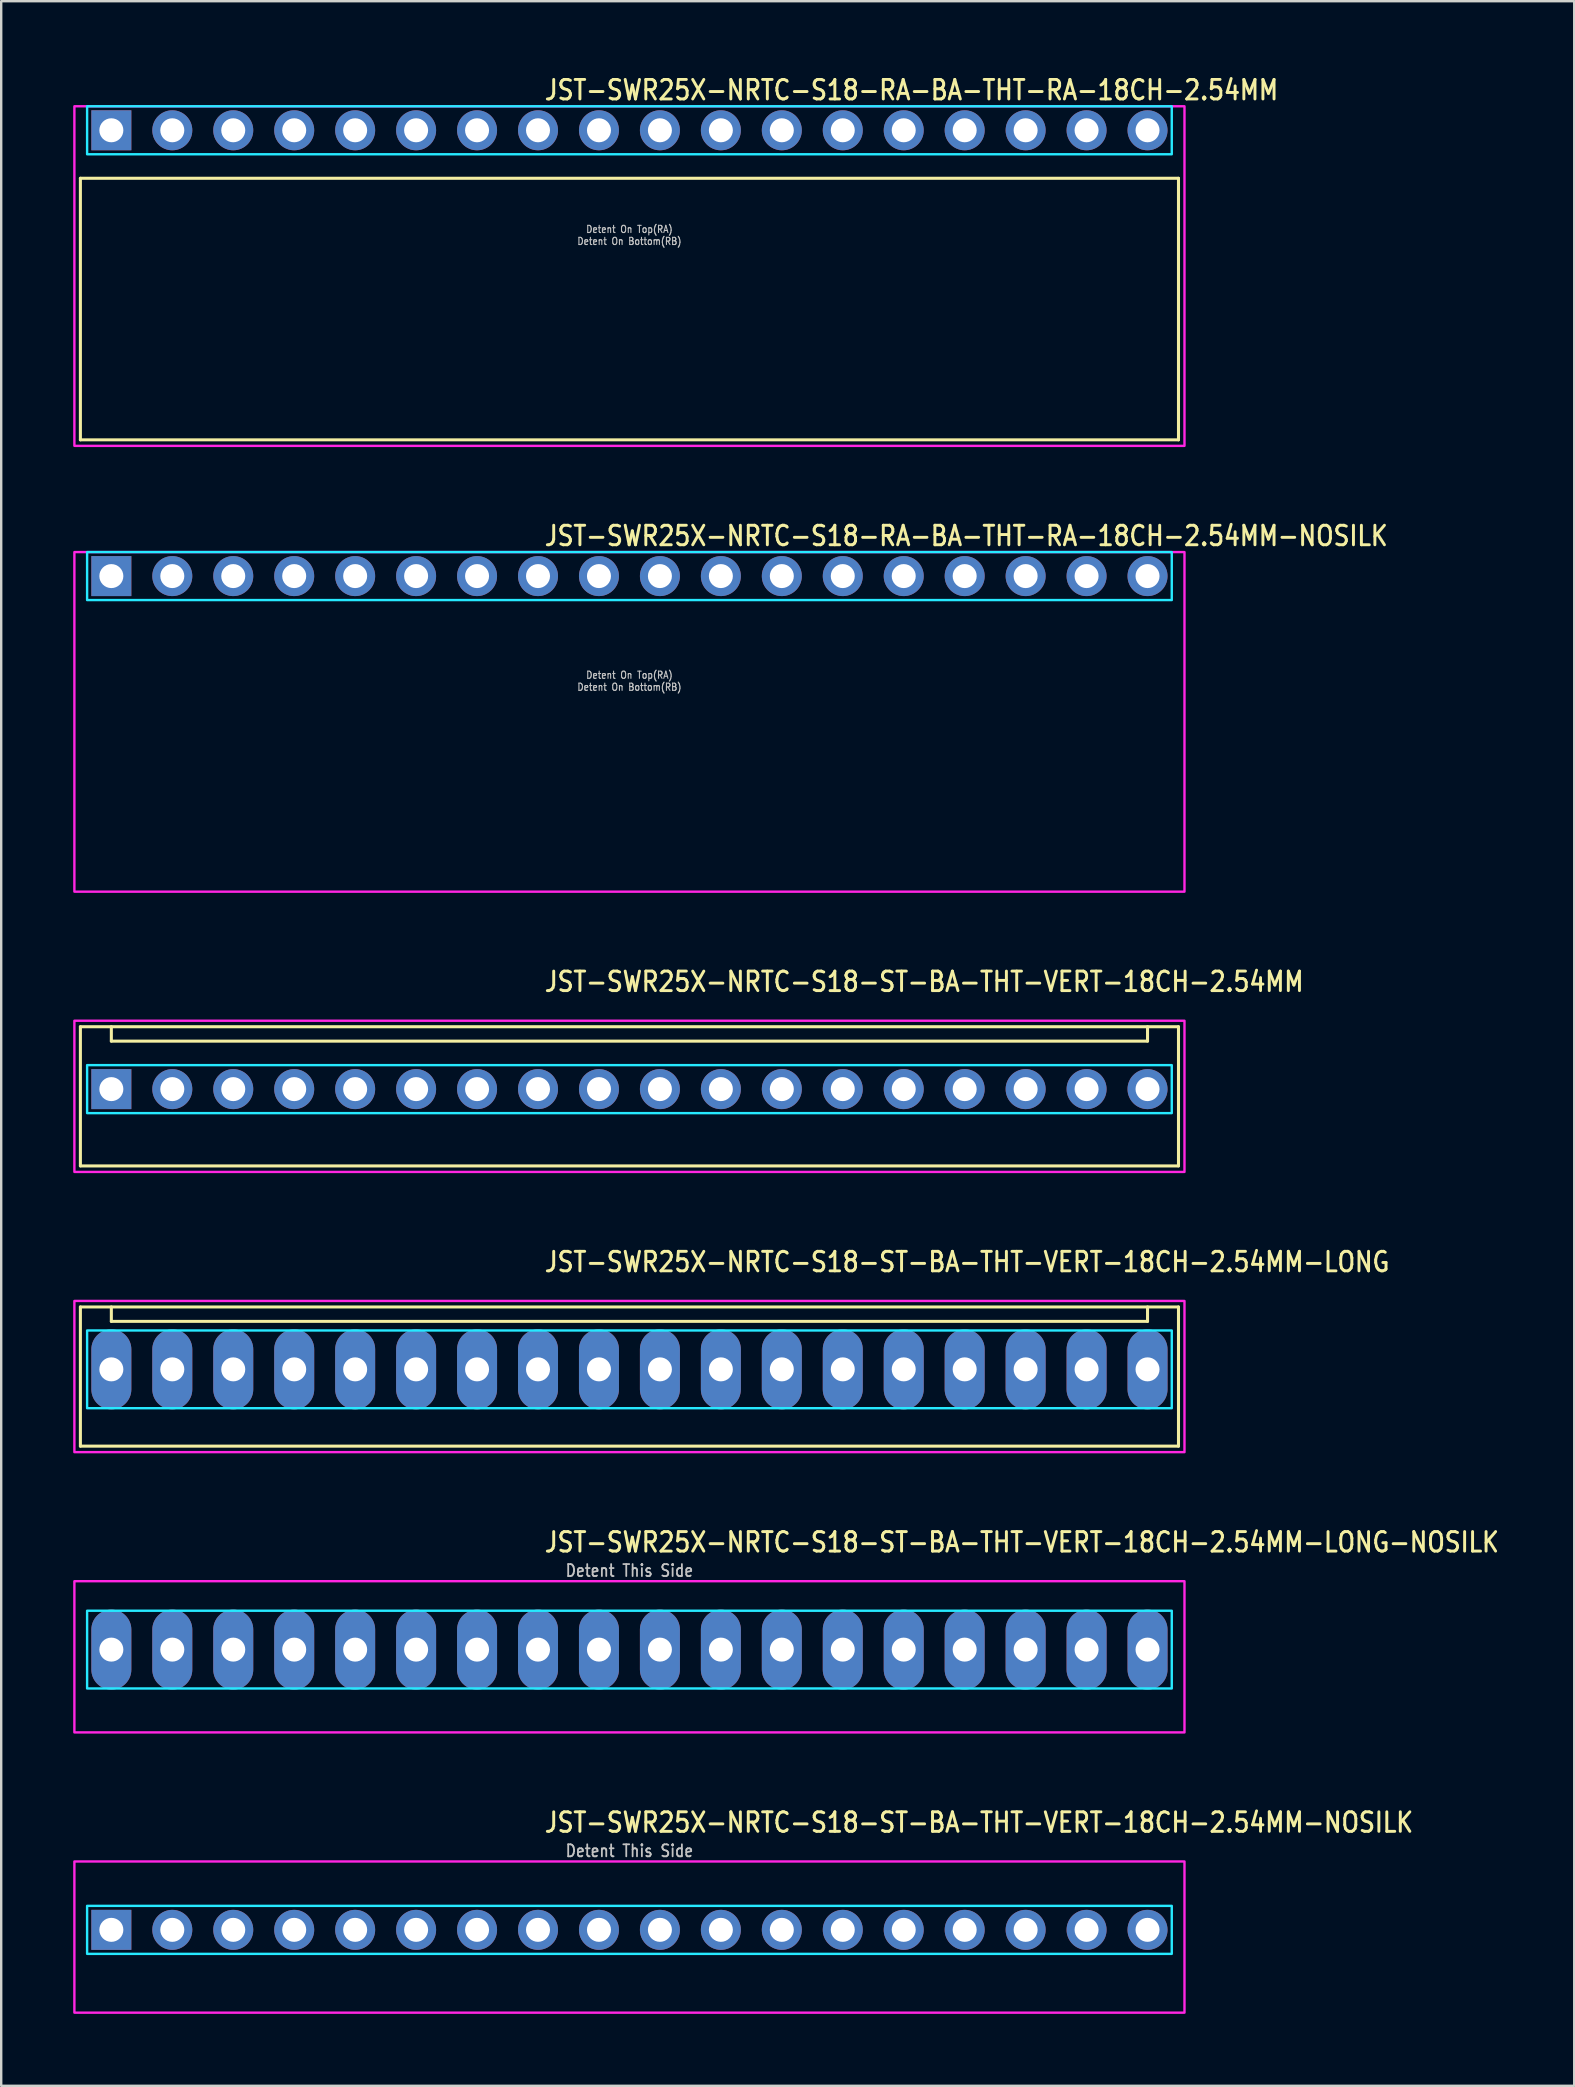
<source format=kicad_pcb>
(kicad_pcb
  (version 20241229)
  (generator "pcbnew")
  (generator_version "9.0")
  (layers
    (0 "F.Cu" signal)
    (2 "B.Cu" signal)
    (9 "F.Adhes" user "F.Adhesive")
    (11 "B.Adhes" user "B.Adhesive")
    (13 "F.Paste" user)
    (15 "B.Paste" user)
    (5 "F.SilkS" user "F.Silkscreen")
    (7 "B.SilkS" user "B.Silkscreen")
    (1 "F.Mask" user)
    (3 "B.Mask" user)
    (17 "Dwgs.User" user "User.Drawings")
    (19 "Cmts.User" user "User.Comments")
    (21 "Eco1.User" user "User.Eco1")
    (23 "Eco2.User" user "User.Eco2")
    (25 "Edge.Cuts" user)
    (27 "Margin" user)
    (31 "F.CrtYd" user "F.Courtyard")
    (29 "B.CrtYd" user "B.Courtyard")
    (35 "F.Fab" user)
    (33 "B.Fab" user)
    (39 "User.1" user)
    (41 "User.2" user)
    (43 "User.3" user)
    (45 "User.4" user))
  (footprint "JST-SWR25X-NRTC-S18-RA-BA-THT-RA-18CH-2.54MM-NOSILK"
    (layer "F.Cu")
    (at 23.18 20.957)
    (property "Reference" "JST-SWR25X-NRTC-S18-RA-BA-THT-RA-18CH-2.54MM-NOSILK" (at -3.6 -1.2 0) (unlocked yes) (layer "F.SilkS") (effects (font (size 0.813 0.695) (thickness 0.122)) (justify left bottom)))
    (fp_poly (pts (xy -22.6 -1) (xy -22.6 1) (xy 22.6 1) (xy 22.6 -1)) (stroke (width 0.1) (type solid)) (fill no) (layer "B.CrtYd"))
    (fp_poly (pts (xy -23.13 -1) (xy -23.13 13.15) (xy 23.13 13.15) (xy 23.13 -1)) (stroke (width 0.1) (type solid)) (fill no) (layer "F.CrtYd"))
    (fp_text user "Detent On Bottom(RB)" (at 0 4.8 0) (unlocked yes) (layer "Dwgs.User") (effects (font (size 0.3 0.257) (thickness 0.045)) (justify bottom)))
    (fp_text user "Detent On Top(RA)" (at 0 4.3 0) (unlocked yes) (layer "Dwgs.User") (effects (font (size 0.3 0.257) (thickness 0.045)) (justify bottom)))
    (pad "1" thru_hole rect (at -21.59 0) (size 1.667 1.667) (drill 1) (layers "*.Cu" "*.Mask"))
    (pad "2" thru_hole oval (at -19.05 0) (size 1.667 1.667) (drill 1) (layers "*.Cu" "*.Mask"))
    (pad "3" thru_hole oval (at -16.51 0) (size 1.667 1.667) (drill 1) (layers "*.Cu" "*.Mask"))
    (pad "4" thru_hole oval (at -13.97 0) (size 1.667 1.667) (drill 1) (layers "*.Cu" "*.Mask"))
    (pad "5" thru_hole oval (at -11.43 0) (size 1.667 1.667) (drill 1) (layers "*.Cu" "*.Mask"))
    (pad "6" thru_hole oval (at -8.89 0) (size 1.667 1.667) (drill 1) (layers "*.Cu" "*.Mask"))
    (pad "7" thru_hole oval (at -6.35 0) (size 1.667 1.667) (drill 1) (layers "*.Cu" "*.Mask"))
    (pad "8" thru_hole oval (at -3.81 0) (size 1.667 1.667) (drill 1) (layers "*.Cu" "*.Mask"))
    (pad "9" thru_hole oval (at -1.27 0) (size 1.667 1.667) (drill 1) (layers "*.Cu" "*.Mask"))
    (pad "10" thru_hole oval (at 1.27 0) (size 1.667 1.667) (drill 1) (layers "*.Cu" "*.Mask"))
    (pad "11" thru_hole oval (at 3.81 0) (size 1.667 1.667) (drill 1) (layers "*.Cu" "*.Mask"))
    (pad "12" thru_hole oval (at 6.35 0) (size 1.667 1.667) (drill 1) (layers "*.Cu" "*.Mask"))
    (pad "13" thru_hole oval (at 8.89 0) (size 1.667 1.667) (drill 1) (layers "*.Cu" "*.Mask"))
    (pad "14" thru_hole oval (at 11.43 0) (size 1.667 1.667) (drill 1) (layers "*.Cu" "*.Mask"))
    (pad "15" thru_hole oval (at 13.97 0) (size 1.667 1.667) (drill 1) (layers "*.Cu" "*.Mask"))
    (pad "16" thru_hole oval (at 16.51 0) (size 1.667 1.667) (drill 1) (layers "*.Cu" "*.Mask"))
    (pad "17" thru_hole oval (at 19.05 0) (size 1.667 1.667) (drill 1) (layers "*.Cu" "*.Mask"))
    (pad "18" thru_hole oval (at 21.59 0) (size 1.667 1.667) (drill 1) (layers "*.Cu" "*.Mask")))
  (footprint "JST-SWR25X-NRTC-S18-ST-BA-THT-VERT-18CH-2.54MM-NOSILK"
    (layer "F.Cu")
    (at 23.18 77.371)
    (property "Reference" "JST-SWR25X-NRTC-S18-ST-BA-THT-VERT-18CH-2.54MM-NOSILK" (at -3.6 -4 0) (unlocked yes) (layer "F.SilkS") (effects (font (size 0.813 0.695) (thickness 0.122)) (justify left bottom)))
    (fp_poly (pts (xy -22.6 -1) (xy -22.6 1) (xy 22.6 1) (xy 22.6 -1)) (stroke (width 0.1) (type solid)) (fill no) (layer "B.CrtYd"))
    (fp_poly (pts (xy -23.13 -2.85) (xy -23.13 3.45) (xy 23.13 3.45) (xy 23.13 -2.85)) (stroke (width 0.1) (type solid)) (fill no) (layer "F.CrtYd"))
    (fp_text user "Detent This Side" (at 0 -3 0) (unlocked yes) (layer "Dwgs.User") (effects (font (size 0.5 0.427) (thickness 0.075)) (justify bottom)))
    (pad "1" thru_hole rect (at -21.59 0) (size 1.667 1.667) (drill 1) (layers "*.Cu" "*.Mask"))
    (pad "2" thru_hole oval (at -19.05 0) (size 1.667 1.667) (drill 1) (layers "*.Cu" "*.Mask"))
    (pad "3" thru_hole oval (at -16.51 0) (size 1.667 1.667) (drill 1) (layers "*.Cu" "*.Mask"))
    (pad "4" thru_hole oval (at -13.97 0) (size 1.667 1.667) (drill 1) (layers "*.Cu" "*.Mask"))
    (pad "5" thru_hole oval (at -11.43 0) (size 1.667 1.667) (drill 1) (layers "*.Cu" "*.Mask"))
    (pad "6" thru_hole oval (at -8.89 0) (size 1.667 1.667) (drill 1) (layers "*.Cu" "*.Mask"))
    (pad "7" thru_hole oval (at -6.35 0) (size 1.667 1.667) (drill 1) (layers "*.Cu" "*.Mask"))
    (pad "8" thru_hole oval (at -3.81 0) (size 1.667 1.667) (drill 1) (layers "*.Cu" "*.Mask"))
    (pad "9" thru_hole oval (at -1.27 0) (size 1.667 1.667) (drill 1) (layers "*.Cu" "*.Mask"))
    (pad "10" thru_hole oval (at 1.27 0) (size 1.667 1.667) (drill 1) (layers "*.Cu" "*.Mask"))
    (pad "11" thru_hole oval (at 3.81 0) (size 1.667 1.667) (drill 1) (layers "*.Cu" "*.Mask"))
    (pad "12" thru_hole oval (at 6.35 0) (size 1.667 1.667) (drill 1) (layers "*.Cu" "*.Mask"))
    (pad "13" thru_hole oval (at 8.89 0) (size 1.667 1.667) (drill 1) (layers "*.Cu" "*.Mask"))
    (pad "14" thru_hole oval (at 11.43 0) (size 1.667 1.667) (drill 1) (layers "*.Cu" "*.Mask"))
    (pad "15" thru_hole oval (at 13.97 0) (size 1.667 1.667) (drill 1) (layers "*.Cu" "*.Mask"))
    (pad "16" thru_hole oval (at 16.51 0) (size 1.667 1.667) (drill 1) (layers "*.Cu" "*.Mask"))
    (pad "17" thru_hole oval (at 19.05 0) (size 1.667 1.667) (drill 1) (layers "*.Cu" "*.Mask"))
    (pad "18" thru_hole oval (at 21.59 0) (size 1.667 1.667) (drill 1) (layers "*.Cu" "*.Mask")))
  (footprint "JST-SWR25X-NRTC-S18-ST-BA-THT-VERT-18CH-2.54MM"
    (layer "F.Cu")
    (at 23.18 42.336)
    (property "Reference" "JST-SWR25X-NRTC-S18-ST-BA-THT-VERT-18CH-2.54MM" (at -3.6 -4 0) (unlocked yes) (layer "F.SilkS") (effects (font (size 0.813 0.695) (thickness 0.122)) (justify left bottom)))
    (fp_line (start -22.88 -2.6) (end 22.88 -2.6) (stroke (width 0.127) (type solid)) (layer "F.SilkS"))
    (fp_line (start -22.88 3.2) (end -22.88 -2.6) (stroke (width 0.127) (type solid)) (layer "F.SilkS"))
    (fp_line (start -22.88 3.2) (end 22.88 3.2) (stroke (width 0.127) (type solid)) (layer "F.SilkS"))
    (fp_line (start -21.59 -2.6) (end -21.59 -2) (stroke (width 0.127) (type solid)) (layer "F.SilkS"))
    (fp_line (start -21.59 -2) (end 21.59 -2) (stroke (width 0.127) (type solid)) (layer "F.SilkS"))
    (fp_line (start 21.59 -2.6) (end 21.59 -2) (stroke (width 0.127) (type solid)) (layer "F.SilkS"))
    (fp_line (start 22.88 -2.6) (end 22.88 3.2) (stroke (width 0.127) (type solid)) (layer "F.SilkS"))
    (fp_poly (pts (xy -22.6 -1) (xy -22.6 1) (xy 22.6 1) (xy 22.6 -1)) (stroke (width 0.1) (type solid)) (fill no) (layer "B.CrtYd"))
    (fp_poly (pts (xy -23.13 -2.85) (xy -23.13 3.45) (xy 23.13 3.45) (xy 23.13 -2.85)) (stroke (width 0.1) (type solid)) (fill no) (layer "F.CrtYd"))
    (pad "1" thru_hole rect (at -21.59 0) (size 1.667 1.667) (drill 1) (layers "*.Cu" "*.Mask"))
    (pad "2" thru_hole oval (at -19.05 0) (size 1.667 1.667) (drill 1) (layers "*.Cu" "*.Mask"))
    (pad "3" thru_hole oval (at -16.51 0) (size 1.667 1.667) (drill 1) (layers "*.Cu" "*.Mask"))
    (pad "4" thru_hole oval (at -13.97 0) (size 1.667 1.667) (drill 1) (layers "*.Cu" "*.Mask"))
    (pad "5" thru_hole oval (at -11.43 0) (size 1.667 1.667) (drill 1) (layers "*.Cu" "*.Mask"))
    (pad "6" thru_hole oval (at -8.89 0) (size 1.667 1.667) (drill 1) (layers "*.Cu" "*.Mask"))
    (pad "7" thru_hole oval (at -6.35 0) (size 1.667 1.667) (drill 1) (layers "*.Cu" "*.Mask"))
    (pad "8" thru_hole oval (at -3.81 0) (size 1.667 1.667) (drill 1) (layers "*.Cu" "*.Mask"))
    (pad "9" thru_hole oval (at -1.27 0) (size 1.667 1.667) (drill 1) (layers "*.Cu" "*.Mask"))
    (pad "10" thru_hole oval (at 1.27 0) (size 1.667 1.667) (drill 1) (layers "*.Cu" "*.Mask"))
    (pad "11" thru_hole oval (at 3.81 0) (size 1.667 1.667) (drill 1) (layers "*.Cu" "*.Mask"))
    (pad "12" thru_hole oval (at 6.35 0) (size 1.667 1.667) (drill 1) (layers "*.Cu" "*.Mask"))
    (pad "13" thru_hole oval (at 8.89 0) (size 1.667 1.667) (drill 1) (layers "*.Cu" "*.Mask"))
    (pad "14" thru_hole oval (at 11.43 0) (size 1.667 1.667) (drill 1) (layers "*.Cu" "*.Mask"))
    (pad "15" thru_hole oval (at 13.97 0) (size 1.667 1.667) (drill 1) (layers "*.Cu" "*.Mask"))
    (pad "16" thru_hole oval (at 16.51 0) (size 1.667 1.667) (drill 1) (layers "*.Cu" "*.Mask"))
    (pad "17" thru_hole oval (at 19.05 0) (size 1.667 1.667) (drill 1) (layers "*.Cu" "*.Mask"))
    (pad "18" thru_hole oval (at 21.59 0) (size 1.667 1.667) (drill 1) (layers "*.Cu" "*.Mask")))
  (footprint "JST-SWR25X-NRTC-S18-ST-BA-THT-VERT-18CH-2.54MM-LONG"
    (layer "F.Cu")
    (at 23.18 54.014)
    (property "Reference" "JST-SWR25X-NRTC-S18-ST-BA-THT-VERT-18CH-2.54MM-LONG" (at -3.6 -4 0) (unlocked yes) (layer "F.SilkS") (effects (font (size 0.813 0.695) (thickness 0.122)) (justify left bottom)))
    (fp_line (start -22.88 -2.6) (end 22.88 -2.6) (stroke (width 0.127) (type solid)) (layer "F.SilkS"))
    (fp_line (start -22.88 3.2) (end -22.88 -2.6) (stroke (width 0.127) (type solid)) (layer "F.SilkS"))
    (fp_line (start -22.88 3.2) (end 22.88 3.2) (stroke (width 0.127) (type solid)) (layer "F.SilkS"))
    (fp_line (start -21.59 -2.6) (end -21.59 -2) (stroke (width 0.127) (type solid)) (layer "F.SilkS"))
    (fp_line (start -21.59 -2) (end 21.59 -2) (stroke (width 0.127) (type solid)) (layer "F.SilkS"))
    (fp_line (start 21.59 -2.6) (end 21.59 -2) (stroke (width 0.127) (type solid)) (layer "F.SilkS"))
    (fp_line (start 22.88 -2.6) (end 22.88 3.2) (stroke (width 0.127) (type solid)) (layer "F.SilkS"))
    (fp_poly (pts (xy -22.6 -1.62) (xy -22.6 1.62) (xy 22.6 1.62) (xy 22.6 -1.62)) (stroke (width 0.1) (type solid)) (fill no) (layer "B.CrtYd"))
    (fp_poly (pts (xy -23.13 -2.85) (xy -23.13 3.45) (xy 23.13 3.45) (xy 23.13 -2.85)) (stroke (width 0.1) (type solid)) (fill no) (layer "F.CrtYd"))
    (pad "1" thru_hole oval (at -21.59 0 90) (size 3.333 1.667) (drill 1) (layers "*.Cu" "*.Mask"))
    (pad "2" thru_hole oval (at -19.05 0 90) (size 3.333 1.667) (drill 1) (layers "*.Cu" "*.Mask"))
    (pad "3" thru_hole oval (at -16.51 0 90) (size 3.333 1.667) (drill 1) (layers "*.Cu" "*.Mask"))
    (pad "4" thru_hole oval (at -13.97 0 90) (size 3.333 1.667) (drill 1) (layers "*.Cu" "*.Mask"))
    (pad "5" thru_hole oval (at -11.43 0 90) (size 3.333 1.667) (drill 1) (layers "*.Cu" "*.Mask"))
    (pad "6" thru_hole oval (at -8.89 0 90) (size 3.333 1.667) (drill 1) (layers "*.Cu" "*.Mask"))
    (pad "7" thru_hole oval (at -6.35 0 90) (size 3.333 1.667) (drill 1) (layers "*.Cu" "*.Mask"))
    (pad "8" thru_hole oval (at -3.81 0 90) (size 3.333 1.667) (drill 1) (layers "*.Cu" "*.Mask"))
    (pad "9" thru_hole oval (at -1.27 0 90) (size 3.333 1.667) (drill 1) (layers "*.Cu" "*.Mask"))
    (pad "10" thru_hole oval (at 1.27 0 90) (size 3.333 1.667) (drill 1) (layers "*.Cu" "*.Mask"))
    (pad "11" thru_hole oval (at 3.81 0 90) (size 3.333 1.667) (drill 1) (layers "*.Cu" "*.Mask"))
    (pad "12" thru_hole oval (at 6.35 0 90) (size 3.333 1.667) (drill 1) (layers "*.Cu" "*.Mask"))
    (pad "13" thru_hole oval (at 8.89 0 90) (size 3.333 1.667) (drill 1) (layers "*.Cu" "*.Mask"))
    (pad "14" thru_hole oval (at 11.43 0 90) (size 3.333 1.667) (drill 1) (layers "*.Cu" "*.Mask"))
    (pad "15" thru_hole oval (at 13.97 0 90) (size 3.333 1.667) (drill 1) (layers "*.Cu" "*.Mask"))
    (pad "16" thru_hole oval (at 16.51 0 90) (size 3.333 1.667) (drill 1) (layers "*.Cu" "*.Mask"))
    (pad "17" thru_hole oval (at 19.05 0 90) (size 3.333 1.667) (drill 1) (layers "*.Cu" "*.Mask"))
    (pad "18" thru_hole oval (at 21.59 0 90) (size 3.333 1.667) (drill 1) (layers "*.Cu" "*.Mask")))
  (footprint "JST-SWR25X-NRTC-S18-ST-BA-THT-VERT-18CH-2.54MM-LONG-NOSILK"
    (layer "F.Cu")
    (at 23.18 65.693)
    (property "Reference" "JST-SWR25X-NRTC-S18-ST-BA-THT-VERT-18CH-2.54MM-LONG-NOSILK" (at -3.6 -4 0) (unlocked yes) (layer "F.SilkS") (effects (font (size 0.813 0.695) (thickness 0.122)) (justify left bottom)))
    (fp_poly (pts (xy -22.6 -1.62) (xy -22.6 1.62) (xy 22.6 1.62) (xy 22.6 -1.62)) (stroke (width 0.1) (type solid)) (fill no) (layer "B.CrtYd"))
    (fp_poly (pts (xy -23.13 -2.85) (xy -23.13 3.45) (xy 23.13 3.45) (xy 23.13 -2.85)) (stroke (width 0.1) (type solid)) (fill no) (layer "F.CrtYd"))
    (fp_text user "Detent This Side" (at 0 -3 0) (unlocked yes) (layer "Dwgs.User") (effects (font (size 0.5 0.427) (thickness 0.075)) (justify bottom)))
    (pad "1" thru_hole oval (at -21.59 0 90) (size 3.333 1.667) (drill 1) (layers "*.Cu" "*.Mask"))
    (pad "2" thru_hole oval (at -19.05 0 90) (size 3.333 1.667) (drill 1) (layers "*.Cu" "*.Mask"))
    (pad "3" thru_hole oval (at -16.51 0 90) (size 3.333 1.667) (drill 1) (layers "*.Cu" "*.Mask"))
    (pad "4" thru_hole oval (at -13.97 0 90) (size 3.333 1.667) (drill 1) (layers "*.Cu" "*.Mask"))
    (pad "5" thru_hole oval (at -11.43 0 90) (size 3.333 1.667) (drill 1) (layers "*.Cu" "*.Mask"))
    (pad "6" thru_hole oval (at -8.89 0 90) (size 3.333 1.667) (drill 1) (layers "*.Cu" "*.Mask"))
    (pad "7" thru_hole oval (at -6.35 0 90) (size 3.333 1.667) (drill 1) (layers "*.Cu" "*.Mask"))
    (pad "8" thru_hole oval (at -3.81 0 90) (size 3.333 1.667) (drill 1) (layers "*.Cu" "*.Mask"))
    (pad "9" thru_hole oval (at -1.27 0 90) (size 3.333 1.667) (drill 1) (layers "*.Cu" "*.Mask"))
    (pad "10" thru_hole oval (at 1.27 0 90) (size 3.333 1.667) (drill 1) (layers "*.Cu" "*.Mask"))
    (pad "11" thru_hole oval (at 3.81 0 90) (size 3.333 1.667) (drill 1) (layers "*.Cu" "*.Mask"))
    (pad "12" thru_hole oval (at 6.35 0 90) (size 3.333 1.667) (drill 1) (layers "*.Cu" "*.Mask"))
    (pad "13" thru_hole oval (at 8.89 0 90) (size 3.333 1.667) (drill 1) (layers "*.Cu" "*.Mask"))
    (pad "14" thru_hole oval (at 11.43 0 90) (size 3.333 1.667) (drill 1) (layers "*.Cu" "*.Mask"))
    (pad "15" thru_hole oval (at 13.97 0 90) (size 3.333 1.667) (drill 1) (layers "*.Cu" "*.Mask"))
    (pad "16" thru_hole oval (at 16.51 0 90) (size 3.333 1.667) (drill 1) (layers "*.Cu" "*.Mask"))
    (pad "17" thru_hole oval (at 19.05 0 90) (size 3.333 1.667) (drill 1) (layers "*.Cu" "*.Mask"))
    (pad "18" thru_hole oval (at 21.59 0 90) (size 3.333 1.667) (drill 1) (layers "*.Cu" "*.Mask")))
  (footprint "JST-SWR25X-NRTC-S18-RA-BA-THT-RA-18CH-2.54MM"
    (layer "F.Cu")
    (at 23.18 2.379)
    (property "Reference" "JST-SWR25X-NRTC-S18-RA-BA-THT-RA-18CH-2.54MM" (at -3.6 -1.2 0) (unlocked yes) (layer "F.SilkS") (effects (font (size 0.813 0.695) (thickness 0.122)) (justify left bottom)))
    (fp_line (start -22.88 2) (end 22.88 2) (stroke (width 0.127) (type solid)) (layer "F.SilkS"))
    (fp_line (start -22.88 12.9) (end -22.88 2) (stroke (width 0.127) (type solid)) (layer "F.SilkS"))
    (fp_line (start -22.88 12.9) (end 22.88 12.9) (stroke (width 0.127) (type solid)) (layer "F.SilkS"))
    (fp_line (start 22.88 2) (end 22.88 12.9) (stroke (width 0.127) (type solid)) (layer "F.SilkS"))
    (fp_poly (pts (xy -22.6 -1) (xy -22.6 1) (xy 22.6 1) (xy 22.6 -1)) (stroke (width 0.1) (type solid)) (fill no) (layer "B.CrtYd"))
    (fp_poly (pts (xy -23.13 -1) (xy -23.13 13.15) (xy 23.13 13.15) (xy 23.13 -1)) (stroke (width 0.1) (type solid)) (fill no) (layer "F.CrtYd"))
    (fp_text user "Detent On Bottom(RB)" (at 0 4.8 0) (unlocked yes) (layer "Dwgs.User") (effects (font (size 0.3 0.257) (thickness 0.045)) (justify bottom)))
    (fp_text user "Detent On Top(RA)" (at 0 4.3 0) (unlocked yes) (layer "Dwgs.User") (effects (font (size 0.3 0.257) (thickness 0.045)) (justify bottom)))
    (pad "1" thru_hole rect (at -21.59 0) (size 1.667 1.667) (drill 1) (layers "*.Cu" "*.Mask"))
    (pad "2" thru_hole oval (at -19.05 0) (size 1.667 1.667) (drill 1) (layers "*.Cu" "*.Mask"))
    (pad "3" thru_hole oval (at -16.51 0) (size 1.667 1.667) (drill 1) (layers "*.Cu" "*.Mask"))
    (pad "4" thru_hole oval (at -13.97 0) (size 1.667 1.667) (drill 1) (layers "*.Cu" "*.Mask"))
    (pad "5" thru_hole oval (at -11.43 0) (size 1.667 1.667) (drill 1) (layers "*.Cu" "*.Mask"))
    (pad "6" thru_hole oval (at -8.89 0) (size 1.667 1.667) (drill 1) (layers "*.Cu" "*.Mask"))
    (pad "7" thru_hole oval (at -6.35 0) (size 1.667 1.667) (drill 1) (layers "*.Cu" "*.Mask"))
    (pad "8" thru_hole oval (at -3.81 0) (size 1.667 1.667) (drill 1) (layers "*.Cu" "*.Mask"))
    (pad "9" thru_hole oval (at -1.27 0) (size 1.667 1.667) (drill 1) (layers "*.Cu" "*.Mask"))
    (pad "10" thru_hole oval (at 1.27 0) (size 1.667 1.667) (drill 1) (layers "*.Cu" "*.Mask"))
    (pad "11" thru_hole oval (at 3.81 0) (size 1.667 1.667) (drill 1) (layers "*.Cu" "*.Mask"))
    (pad "12" thru_hole oval (at 6.35 0) (size 1.667 1.667) (drill 1) (layers "*.Cu" "*.Mask"))
    (pad "13" thru_hole oval (at 8.89 0) (size 1.667 1.667) (drill 1) (layers "*.Cu" "*.Mask"))
    (pad "14" thru_hole oval (at 11.43 0) (size 1.667 1.667) (drill 1) (layers "*.Cu" "*.Mask"))
    (pad "15" thru_hole oval (at 13.97 0) (size 1.667 1.667) (drill 1) (layers "*.Cu" "*.Mask"))
    (pad "16" thru_hole oval (at 16.51 0) (size 1.667 1.667) (drill 1) (layers "*.Cu" "*.Mask"))
    (pad "17" thru_hole oval (at 19.05 0) (size 1.667 1.667) (drill 1) (layers "*.Cu" "*.Mask"))
    (pad "18" thru_hole oval (at 21.59 0) (size 1.667 1.667) (drill 1) (layers "*.Cu" "*.Mask")))
  (gr_rect
    (start -3 -3)
    (end 62.551 83.871)
    (stroke (width 0.1) (type default))
    (fill no)
    (layer "Edge.Cuts")))
</source>
